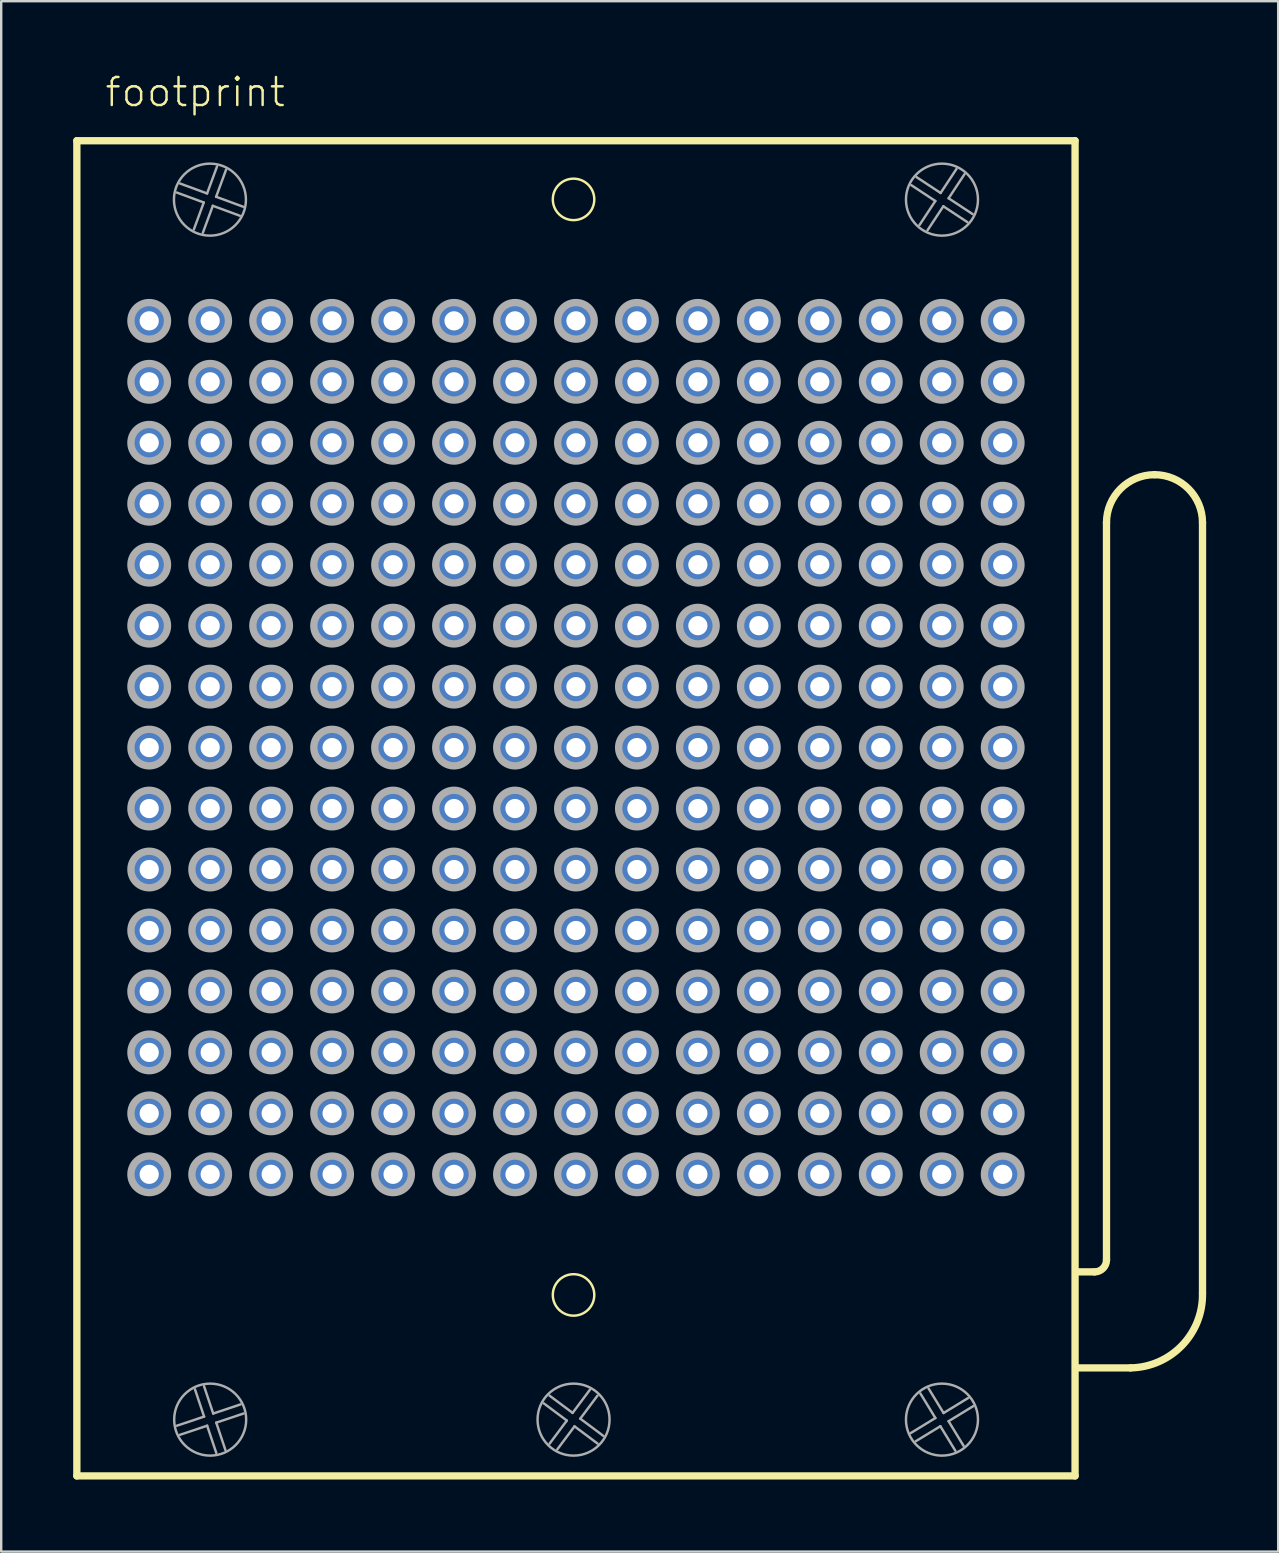
<source format=kicad_pcb>
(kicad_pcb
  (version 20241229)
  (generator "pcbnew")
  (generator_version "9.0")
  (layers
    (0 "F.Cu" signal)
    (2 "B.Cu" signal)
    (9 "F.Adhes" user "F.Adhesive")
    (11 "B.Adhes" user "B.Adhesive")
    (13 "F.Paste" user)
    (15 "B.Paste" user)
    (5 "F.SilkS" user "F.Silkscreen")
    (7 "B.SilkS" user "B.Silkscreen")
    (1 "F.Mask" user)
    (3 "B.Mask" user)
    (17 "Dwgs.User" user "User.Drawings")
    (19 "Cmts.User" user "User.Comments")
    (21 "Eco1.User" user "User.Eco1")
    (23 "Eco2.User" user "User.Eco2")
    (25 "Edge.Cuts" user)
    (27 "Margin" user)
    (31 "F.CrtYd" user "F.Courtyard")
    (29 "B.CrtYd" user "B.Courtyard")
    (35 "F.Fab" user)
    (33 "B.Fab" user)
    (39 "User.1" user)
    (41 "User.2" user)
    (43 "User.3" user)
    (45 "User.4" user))
  (footprint "footprint"
    (layer "F.Cu")
    (at 20.947 28.098)
    (property "Reference" "footprint" (at -19.685 -26.625 0) (layer "F.SilkS") (effects (font (size 1.168 1.168) (thickness 0.102)) (justify left bottom)))
    (fp_line (start -20.795 -25.285) (end 20.795 -25.285) (stroke (width 0.305) (type solid)) (layer "F.SilkS"))
    (fp_line (start -20.795 30.345) (end -20.795 -25.285) (stroke (width 0.305) (type solid)) (layer "F.SilkS"))
    (fp_line (start 20.795 -25.285) (end 20.795 30.345) (stroke (width 0.305) (type solid)) (layer "F.SilkS"))
    (fp_line (start 20.795 30.345) (end -20.795 30.345) (stroke (width 0.305) (type solid)) (layer "F.SilkS"))
    (fp_line (start 21.605 21.845) (end 20.841 21.845) (stroke (width 0.305) (type solid)) (layer "F.SilkS"))
    (fp_line (start 22.105 21.345) (end 22.105 -9.37) (stroke (width 0.305) (type solid)) (layer "F.SilkS"))
    (fp_line (start 23.105 25.845) (end 20.841 25.845) (stroke (width 0.305) (type solid)) (layer "F.SilkS"))
    (fp_line (start 26.105 -9.37) (end 26.105 22.74) (stroke (width 0.305) (type solid)) (layer "F.SilkS"))
    (fp_arc (start 22.105 -9.37) (mid 22.690786 -10.784214) (end 24.105 -11.37) (stroke (width 0.3048) (type solid)) (layer "F.SilkS"))
    (fp_arc (start 22.105 21.345) (mid 21.958553 21.698553) (end 21.605 21.845) (stroke (width 0.3048) (type solid)) (layer "F.SilkS"))
    (fp_arc (start 24.105 -11.37) (mid 25.519214 -10.784214) (end 26.105 -9.37) (stroke (width 0.3048) (type solid)) (layer "F.SilkS"))
    (fp_arc (start 26.105 22.74) (mid 25.248067 24.91382) (end 23.105 25.845) (stroke (width 0.3048) (type solid)) (layer "F.SilkS"))
    (fp_circle (center -0.1 -22.84) (end 0.764 -22.84) (stroke (width 0.102) (type solid)) (fill no) (layer "F.SilkS"))
    (fp_circle (center -0.1 22.805) (end 0.764 22.805) (stroke (width 0.102) (type solid)) (fill no) (layer "F.SilkS"))
    (fp_line (start -16.631 28.255) (end -15.493 27.874) (stroke (width 0.102) (type solid)) (layer "F.Fab"))
    (fp_line (start -16.495 -23.501) (end -15.369 -23.087) (stroke (width 0.102) (type solid)) (layer "F.Fab"))
    (fp_line (start -15.921 -21.585) (end -15.507 -22.711) (stroke (width 0.102) (type solid)) (layer "F.Fab"))
    (fp_line (start -15.507 -22.711) (end -16.633 -23.126) (stroke (width 0.102) (type solid)) (layer "F.Fab"))
    (fp_line (start -15.495 26.609) (end -15.114 27.747) (stroke (width 0.102) (type solid)) (layer "F.Fab"))
    (fp_line (start -15.493 27.874) (end -15.874 26.736) (stroke (width 0.102) (type solid)) (layer "F.Fab"))
    (fp_line (start -15.369 -23.087) (end -14.954 -24.213) (stroke (width 0.102) (type solid)) (layer "F.Fab"))
    (fp_line (start -15.366 28.253) (end -16.504 28.634) (stroke (width 0.102) (type solid)) (layer "F.Fab"))
    (fp_line (start -15.131 -22.573) (end -15.546 -21.447) (stroke (width 0.102) (type solid)) (layer "F.Fab"))
    (fp_line (start -15.114 27.747) (end -13.976 27.366) (stroke (width 0.102) (type solid)) (layer "F.Fab"))
    (fp_line (start -14.993 -22.949) (end -13.867 -22.534) (stroke (width 0.102) (type solid)) (layer "F.Fab"))
    (fp_line (start -14.987 28.126) (end -14.606 29.264) (stroke (width 0.102) (type solid)) (layer "F.Fab"))
    (fp_line (start -14.985 29.391) (end -15.366 28.253) (stroke (width 0.102) (type solid)) (layer "F.Fab"))
    (fp_line (start -14.579 -24.075) (end -14.993 -22.949) (stroke (width 0.102) (type solid)) (layer "F.Fab"))
    (fp_line (start -14.005 -22.159) (end -15.131 -22.573) (stroke (width 0.102) (type solid)) (layer "F.Fab"))
    (fp_line (start -13.849 27.745) (end -14.987 28.126) (stroke (width 0.102) (type solid)) (layer "F.Fab"))
    (fp_line (start -1.101 27.001) (end -0.14 27.72) (stroke (width 0.102) (type solid)) (layer "F.Fab"))
    (fp_line (start -1.099 29.001) (end -0.38 28.04) (stroke (width 0.102) (type solid)) (layer "F.Fab"))
    (fp_line (start -0.38 28.04) (end -1.341 27.322) (stroke (width 0.102) (type solid)) (layer "F.Fab"))
    (fp_line (start -0.14 27.72) (end 0.579 26.759) (stroke (width 0.102) (type solid)) (layer "F.Fab"))
    (fp_line (start -0.06 28.28) (end -0.778 29.241) (stroke (width 0.102) (type solid)) (layer "F.Fab"))
    (fp_line (start 0.18 27.96) (end 1.141 28.678) (stroke (width 0.102) (type solid)) (layer "F.Fab"))
    (fp_line (start 0.899 26.999) (end 0.18 27.96) (stroke (width 0.102) (type solid)) (layer "F.Fab"))
    (fp_line (start 0.901 28.999) (end -0.06 28.28) (stroke (width 0.102) (type solid)) (layer "F.Fab"))
    (fp_line (start 13.951 28.559) (end 14.975 27.933) (stroke (width 0.102) (type solid)) (layer "F.Fab"))
    (fp_line (start 14.191 -23.768) (end 15.193 -23.107) (stroke (width 0.102) (type solid)) (layer "F.Fab"))
    (fp_line (start 14.312 -21.771) (end 14.973 -22.773) (stroke (width 0.102) (type solid)) (layer "F.Fab"))
    (fp_line (start 14.691 26.701) (end 15.316 27.725) (stroke (width 0.102) (type solid)) (layer "F.Fab"))
    (fp_line (start 14.973 -22.773) (end 13.971 -23.434) (stroke (width 0.102) (type solid)) (layer "F.Fab"))
    (fp_line (start 14.975 27.933) (end 14.35 26.909) (stroke (width 0.102) (type solid)) (layer "F.Fab"))
    (fp_line (start 15.183 28.275) (end 14.159 28.9) (stroke (width 0.102) (type solid)) (layer "F.Fab"))
    (fp_line (start 15.193 -23.107) (end 15.854 -24.109) (stroke (width 0.102) (type solid)) (layer "F.Fab"))
    (fp_line (start 15.307 -22.553) (end 14.646 -21.551) (stroke (width 0.102) (type solid)) (layer "F.Fab"))
    (fp_line (start 15.316 27.725) (end 16.341 27.1) (stroke (width 0.102) (type solid)) (layer "F.Fab"))
    (fp_line (start 15.525 28.066) (end 16.15 29.091) (stroke (width 0.102) (type solid)) (layer "F.Fab"))
    (fp_line (start 15.527 -22.887) (end 16.529 -22.226) (stroke (width 0.102) (type solid)) (layer "F.Fab"))
    (fp_line (start 15.809 29.299) (end 15.183 28.275) (stroke (width 0.102) (type solid)) (layer "F.Fab"))
    (fp_line (start 16.188 -23.889) (end 15.527 -22.887) (stroke (width 0.102) (type solid)) (layer "F.Fab"))
    (fp_line (start 16.309 -21.892) (end 15.307 -22.553) (stroke (width 0.102) (type solid)) (layer "F.Fab"))
    (fp_line (start 16.549 27.441) (end 15.525 28.066) (stroke (width 0.102) (type solid)) (layer "F.Fab"))
    (fp_circle (center -17.78 -17.78) (end -17.018 -17.78) (stroke (width 0.305) (type solid)) (fill no) (layer "F.Fab"))
    (fp_circle (center -17.78 -15.24) (end -17.018 -15.24) (stroke (width 0.305) (type solid)) (fill no) (layer "F.Fab"))
    (fp_circle (center -17.78 -12.7) (end -17.018 -12.7) (stroke (width 0.305) (type solid)) (fill no) (layer "F.Fab"))
    (fp_circle (center -17.78 -10.16) (end -17.018 -10.16) (stroke (width 0.305) (type solid)) (fill no) (layer "F.Fab"))
    (fp_circle (center -17.78 -7.62) (end -17.018 -7.62) (stroke (width 0.305) (type solid)) (fill no) (layer "F.Fab"))
    (fp_circle (center -17.78 -5.08) (end -17.018 -5.08) (stroke (width 0.305) (type solid)) (fill no) (layer "F.Fab"))
    (fp_circle (center -17.78 -2.54) (end -17.018 -2.54) (stroke (width 0.305) (type solid)) (fill no) (layer "F.Fab"))
    (fp_circle (center -17.78 0) (end -17.018 0) (stroke (width 0.305) (type solid)) (fill no) (layer "F.Fab"))
    (fp_circle (center -17.78 2.54) (end -17.018 2.54) (stroke (width 0.305) (type solid)) (fill no) (layer "F.Fab"))
    (fp_circle (center -17.78 5.08) (end -17.018 5.08) (stroke (width 0.305) (type solid)) (fill no) (layer "F.Fab"))
    (fp_circle (center -17.78 7.62) (end -17.018 7.62) (stroke (width 0.305) (type solid)) (fill no) (layer "F.Fab"))
    (fp_circle (center -17.78 10.16) (end -17.018 10.16) (stroke (width 0.305) (type solid)) (fill no) (layer "F.Fab"))
    (fp_circle (center -17.78 12.7) (end -17.018 12.7) (stroke (width 0.305) (type solid)) (fill no) (layer "F.Fab"))
    (fp_circle (center -17.78 15.24) (end -17.018 15.24) (stroke (width 0.305) (type solid)) (fill no) (layer "F.Fab"))
    (fp_circle (center -17.78 17.78) (end -17.018 17.78) (stroke (width 0.305) (type solid)) (fill no) (layer "F.Fab"))
    (fp_circle (center -15.25 -22.83) (end -13.75 -22.83) (stroke (width 0.102) (type solid)) (fill no) (layer "F.Fab"))
    (fp_circle (center -15.24 -17.78) (end -14.478 -17.78) (stroke (width 0.305) (type solid)) (fill no) (layer "F.Fab"))
    (fp_circle (center -15.24 -15.24) (end -14.478 -15.24) (stroke (width 0.305) (type solid)) (fill no) (layer "F.Fab"))
    (fp_circle (center -15.24 -12.7) (end -14.478 -12.7) (stroke (width 0.305) (type solid)) (fill no) (layer "F.Fab"))
    (fp_circle (center -15.24 -10.16) (end -14.478 -10.16) (stroke (width 0.305) (type solid)) (fill no) (layer "F.Fab"))
    (fp_circle (center -15.24 -7.62) (end -14.478 -7.62) (stroke (width 0.305) (type solid)) (fill no) (layer "F.Fab"))
    (fp_circle (center -15.24 -5.08) (end -14.478 -5.08) (stroke (width 0.305) (type solid)) (fill no) (layer "F.Fab"))
    (fp_circle (center -15.24 -2.54) (end -14.478 -2.54) (stroke (width 0.305) (type solid)) (fill no) (layer "F.Fab"))
    (fp_circle (center -15.24 0) (end -14.478 0) (stroke (width 0.305) (type solid)) (fill no) (layer "F.Fab"))
    (fp_circle (center -15.24 2.54) (end -14.478 2.54) (stroke (width 0.305) (type solid)) (fill no) (layer "F.Fab"))
    (fp_circle (center -15.24 5.08) (end -14.478 5.08) (stroke (width 0.305) (type solid)) (fill no) (layer "F.Fab"))
    (fp_circle (center -15.24 7.62) (end -14.478 7.62) (stroke (width 0.305) (type solid)) (fill no) (layer "F.Fab"))
    (fp_circle (center -15.24 10.16) (end -14.478 10.16) (stroke (width 0.305) (type solid)) (fill no) (layer "F.Fab"))
    (fp_circle (center -15.24 12.7) (end -14.478 12.7) (stroke (width 0.305) (type solid)) (fill no) (layer "F.Fab"))
    (fp_circle (center -15.24 15.24) (end -14.478 15.24) (stroke (width 0.305) (type solid)) (fill no) (layer "F.Fab"))
    (fp_circle (center -15.24 17.78) (end -14.478 17.78) (stroke (width 0.305) (type solid)) (fill no) (layer "F.Fab"))
    (fp_circle (center -15.24 28) (end -13.74 28) (stroke (width 0.102) (type solid)) (fill no) (layer "F.Fab"))
    (fp_circle (center -12.7 -17.78) (end -11.938 -17.78) (stroke (width 0.305) (type solid)) (fill no) (layer "F.Fab"))
    (fp_circle (center -12.7 -15.24) (end -11.938 -15.24) (stroke (width 0.305) (type solid)) (fill no) (layer "F.Fab"))
    (fp_circle (center -12.7 -12.7) (end -11.938 -12.7) (stroke (width 0.305) (type solid)) (fill no) (layer "F.Fab"))
    (fp_circle (center -12.7 -10.16) (end -11.938 -10.16) (stroke (width 0.305) (type solid)) (fill no) (layer "F.Fab"))
    (fp_circle (center -12.7 -7.62) (end -11.938 -7.62) (stroke (width 0.305) (type solid)) (fill no) (layer "F.Fab"))
    (fp_circle (center -12.7 -5.08) (end -11.938 -5.08) (stroke (width 0.305) (type solid)) (fill no) (layer "F.Fab"))
    (fp_circle (center -12.7 -2.54) (end -11.938 -2.54) (stroke (width 0.305) (type solid)) (fill no) (layer "F.Fab"))
    (fp_circle (center -12.7 0) (end -11.938 0) (stroke (width 0.305) (type solid)) (fill no) (layer "F.Fab"))
    (fp_circle (center -12.7 2.54) (end -11.938 2.54) (stroke (width 0.305) (type solid)) (fill no) (layer "F.Fab"))
    (fp_circle (center -12.7 5.08) (end -11.938 5.08) (stroke (width 0.305) (type solid)) (fill no) (layer "F.Fab"))
    (fp_circle (center -12.7 7.62) (end -11.938 7.62) (stroke (width 0.305) (type solid)) (fill no) (layer "F.Fab"))
    (fp_circle (center -12.7 10.16) (end -11.938 10.16) (stroke (width 0.305) (type solid)) (fill no) (layer "F.Fab"))
    (fp_circle (center -12.7 12.7) (end -11.938 12.7) (stroke (width 0.305) (type solid)) (fill no) (layer "F.Fab"))
    (fp_circle (center -12.7 15.24) (end -11.938 15.24) (stroke (width 0.305) (type solid)) (fill no) (layer "F.Fab"))
    (fp_circle (center -12.7 17.78) (end -11.938 17.78) (stroke (width 0.305) (type solid)) (fill no) (layer "F.Fab"))
    (fp_circle (center -10.16 -17.78) (end -9.398 -17.78) (stroke (width 0.305) (type solid)) (fill no) (layer "F.Fab"))
    (fp_circle (center -10.16 -15.24) (end -9.398 -15.24) (stroke (width 0.305) (type solid)) (fill no) (layer "F.Fab"))
    (fp_circle (center -10.16 -12.7) (end -9.398 -12.7) (stroke (width 0.305) (type solid)) (fill no) (layer "F.Fab"))
    (fp_circle (center -10.16 -10.16) (end -9.398 -10.16) (stroke (width 0.305) (type solid)) (fill no) (layer "F.Fab"))
    (fp_circle (center -10.16 -7.62) (end -9.398 -7.62) (stroke (width 0.305) (type solid)) (fill no) (layer "F.Fab"))
    (fp_circle (center -10.16 -5.08) (end -9.398 -5.08) (stroke (width 0.305) (type solid)) (fill no) (layer "F.Fab"))
    (fp_circle (center -10.16 -2.54) (end -9.398 -2.54) (stroke (width 0.305) (type solid)) (fill no) (layer "F.Fab"))
    (fp_circle (center -10.16 0) (end -9.398 0) (stroke (width 0.305) (type solid)) (fill no) (layer "F.Fab"))
    (fp_circle (center -10.16 2.54) (end -9.398 2.54) (stroke (width 0.305) (type solid)) (fill no) (layer "F.Fab"))
    (fp_circle (center -10.16 5.08) (end -9.398 5.08) (stroke (width 0.305) (type solid)) (fill no) (layer "F.Fab"))
    (fp_circle (center -10.16 7.62) (end -9.398 7.62) (stroke (width 0.305) (type solid)) (fill no) (layer "F.Fab"))
    (fp_circle (center -10.16 10.16) (end -9.398 10.16) (stroke (width 0.305) (type solid)) (fill no) (layer "F.Fab"))
    (fp_circle (center -10.16 12.7) (end -9.398 12.7) (stroke (width 0.305) (type solid)) (fill no) (layer "F.Fab"))
    (fp_circle (center -10.16 15.24) (end -9.398 15.24) (stroke (width 0.305) (type solid)) (fill no) (layer "F.Fab"))
    (fp_circle (center -10.16 17.78) (end -9.398 17.78) (stroke (width 0.305) (type solid)) (fill no) (layer "F.Fab"))
    (fp_circle (center -7.62 -17.78) (end -6.858 -17.78) (stroke (width 0.305) (type solid)) (fill no) (layer "F.Fab"))
    (fp_circle (center -7.62 -15.24) (end -6.858 -15.24) (stroke (width 0.305) (type solid)) (fill no) (layer "F.Fab"))
    (fp_circle (center -7.62 -12.7) (end -6.858 -12.7) (stroke (width 0.305) (type solid)) (fill no) (layer "F.Fab"))
    (fp_circle (center -7.62 -10.16) (end -6.858 -10.16) (stroke (width 0.305) (type solid)) (fill no) (layer "F.Fab"))
    (fp_circle (center -7.62 -7.62) (end -6.858 -7.62) (stroke (width 0.305) (type solid)) (fill no) (layer "F.Fab"))
    (fp_circle (center -7.62 -5.08) (end -6.858 -5.08) (stroke (width 0.305) (type solid)) (fill no) (layer "F.Fab"))
    (fp_circle (center -7.62 -2.54) (end -6.858 -2.54) (stroke (width 0.305) (type solid)) (fill no) (layer "F.Fab"))
    (fp_circle (center -7.62 0) (end -6.858 0) (stroke (width 0.305) (type solid)) (fill no) (layer "F.Fab"))
    (fp_circle (center -7.62 2.54) (end -6.858 2.54) (stroke (width 0.305) (type solid)) (fill no) (layer "F.Fab"))
    (fp_circle (center -7.62 5.08) (end -6.858 5.08) (stroke (width 0.305) (type solid)) (fill no) (layer "F.Fab"))
    (fp_circle (center -7.62 7.62) (end -6.858 7.62) (stroke (width 0.305) (type solid)) (fill no) (layer "F.Fab"))
    (fp_circle (center -7.62 10.16) (end -6.858 10.16) (stroke (width 0.305) (type solid)) (fill no) (layer "F.Fab"))
    (fp_circle (center -7.62 12.7) (end -6.858 12.7) (stroke (width 0.305) (type solid)) (fill no) (layer "F.Fab"))
    (fp_circle (center -7.62 15.24) (end -6.858 15.24) (stroke (width 0.305) (type solid)) (fill no) (layer "F.Fab"))
    (fp_circle (center -7.62 17.78) (end -6.858 17.78) (stroke (width 0.305) (type solid)) (fill no) (layer "F.Fab"))
    (fp_circle (center -5.08 -17.78) (end -4.318 -17.78) (stroke (width 0.305) (type solid)) (fill no) (layer "F.Fab"))
    (fp_circle (center -5.08 -15.24) (end -4.318 -15.24) (stroke (width 0.305) (type solid)) (fill no) (layer "F.Fab"))
    (fp_circle (center -5.08 -12.7) (end -4.318 -12.7) (stroke (width 0.305) (type solid)) (fill no) (layer "F.Fab"))
    (fp_circle (center -5.08 -10.16) (end -4.318 -10.16) (stroke (width 0.305) (type solid)) (fill no) (layer "F.Fab"))
    (fp_circle (center -5.08 -7.62) (end -4.318 -7.62) (stroke (width 0.305) (type solid)) (fill no) (layer "F.Fab"))
    (fp_circle (center -5.08 -5.08) (end -4.318 -5.08) (stroke (width 0.305) (type solid)) (fill no) (layer "F.Fab"))
    (fp_circle (center -5.08 -2.54) (end -4.318 -2.54) (stroke (width 0.305) (type solid)) (fill no) (layer "F.Fab"))
    (fp_circle (center -5.08 0) (end -4.318 0) (stroke (width 0.305) (type solid)) (fill no) (layer "F.Fab"))
    (fp_circle (center -5.08 2.54) (end -4.318 2.54) (stroke (width 0.305) (type solid)) (fill no) (layer "F.Fab"))
    (fp_circle (center -5.08 5.08) (end -4.318 5.08) (stroke (width 0.305) (type solid)) (fill no) (layer "F.Fab"))
    (fp_circle (center -5.08 7.62) (end -4.318 7.62) (stroke (width 0.305) (type solid)) (fill no) (layer "F.Fab"))
    (fp_circle (center -5.08 10.16) (end -4.318 10.16) (stroke (width 0.305) (type solid)) (fill no) (layer "F.Fab"))
    (fp_circle (center -5.08 12.7) (end -4.318 12.7) (stroke (width 0.305) (type solid)) (fill no) (layer "F.Fab"))
    (fp_circle (center -5.08 15.24) (end -4.318 15.24) (stroke (width 0.305) (type solid)) (fill no) (layer "F.Fab"))
    (fp_circle (center -5.08 17.78) (end -4.318 17.78) (stroke (width 0.305) (type solid)) (fill no) (layer "F.Fab"))
    (fp_circle (center -2.54 -17.78) (end -1.778 -17.78) (stroke (width 0.305) (type solid)) (fill no) (layer "F.Fab"))
    (fp_circle (center -2.54 -15.24) (end -1.778 -15.24) (stroke (width 0.305) (type solid)) (fill no) (layer "F.Fab"))
    (fp_circle (center -2.54 -12.7) (end -1.778 -12.7) (stroke (width 0.305) (type solid)) (fill no) (layer "F.Fab"))
    (fp_circle (center -2.54 -10.16) (end -1.778 -10.16) (stroke (width 0.305) (type solid)) (fill no) (layer "F.Fab"))
    (fp_circle (center -2.54 -7.62) (end -1.778 -7.62) (stroke (width 0.305) (type solid)) (fill no) (layer "F.Fab"))
    (fp_circle (center -2.54 -5.08) (end -1.778 -5.08) (stroke (width 0.305) (type solid)) (fill no) (layer "F.Fab"))
    (fp_circle (center -2.54 -2.54) (end -1.778 -2.54) (stroke (width 0.305) (type solid)) (fill no) (layer "F.Fab"))
    (fp_circle (center -2.54 0) (end -1.778 0) (stroke (width 0.305) (type solid)) (fill no) (layer "F.Fab"))
    (fp_circle (center -2.54 2.54) (end -1.778 2.54) (stroke (width 0.305) (type solid)) (fill no) (layer "F.Fab"))
    (fp_circle (center -2.54 5.08) (end -1.778 5.08) (stroke (width 0.305) (type solid)) (fill no) (layer "F.Fab"))
    (fp_circle (center -2.54 7.62) (end -1.778 7.62) (stroke (width 0.305) (type solid)) (fill no) (layer "F.Fab"))
    (fp_circle (center -2.54 10.16) (end -1.778 10.16) (stroke (width 0.305) (type solid)) (fill no) (layer "F.Fab"))
    (fp_circle (center -2.54 12.7) (end -1.778 12.7) (stroke (width 0.305) (type solid)) (fill no) (layer "F.Fab"))
    (fp_circle (center -2.54 15.24) (end -1.778 15.24) (stroke (width 0.305) (type solid)) (fill no) (layer "F.Fab"))
    (fp_circle (center -2.54 17.78) (end -1.778 17.78) (stroke (width 0.305) (type solid)) (fill no) (layer "F.Fab"))
    (fp_circle (center -0.1 28) (end 1.4 28) (stroke (width 0.102) (type solid)) (fill no) (layer "F.Fab"))
    (fp_circle (center 0 -17.78) (end 0.762 -17.78) (stroke (width 0.305) (type solid)) (fill no) (layer "F.Fab"))
    (fp_circle (center 0 -15.24) (end 0.762 -15.24) (stroke (width 0.305) (type solid)) (fill no) (layer "F.Fab"))
    (fp_circle (center 0 -12.7) (end 0.762 -12.7) (stroke (width 0.305) (type solid)) (fill no) (layer "F.Fab"))
    (fp_circle (center 0 -10.16) (end 0.762 -10.16) (stroke (width 0.305) (type solid)) (fill no) (layer "F.Fab"))
    (fp_circle (center 0 -7.62) (end 0.762 -7.62) (stroke (width 0.305) (type solid)) (fill no) (layer "F.Fab"))
    (fp_circle (center 0 -5.08) (end 0.762 -5.08) (stroke (width 0.305) (type solid)) (fill no) (layer "F.Fab"))
    (fp_circle (center 0 -2.54) (end 0.762 -2.54) (stroke (width 0.305) (type solid)) (fill no) (layer "F.Fab"))
    (fp_circle (center 0 0) (end 0.762 0) (stroke (width 0.305) (type solid)) (fill no) (layer "F.Fab"))
    (fp_circle (center 0 2.54) (end 0.762 2.54) (stroke (width 0.305) (type solid)) (fill no) (layer "F.Fab"))
    (fp_circle (center 0 5.08) (end 0.762 5.08) (stroke (width 0.305) (type solid)) (fill no) (layer "F.Fab"))
    (fp_circle (center 0 7.62) (end 0.762 7.62) (stroke (width 0.305) (type solid)) (fill no) (layer "F.Fab"))
    (fp_circle (center 0 10.16) (end 0.762 10.16) (stroke (width 0.305) (type solid)) (fill no) (layer "F.Fab"))
    (fp_circle (center 0 12.7) (end 0.762 12.7) (stroke (width 0.305) (type solid)) (fill no) (layer "F.Fab"))
    (fp_circle (center 0 15.24) (end 0.762 15.24) (stroke (width 0.305) (type solid)) (fill no) (layer "F.Fab"))
    (fp_circle (center 0 17.78) (end 0.762 17.78) (stroke (width 0.305) (type solid)) (fill no) (layer "F.Fab"))
    (fp_circle (center 2.54 -17.78) (end 3.302 -17.78) (stroke (width 0.305) (type solid)) (fill no) (layer "F.Fab"))
    (fp_circle (center 2.54 -15.24) (end 3.302 -15.24) (stroke (width 0.305) (type solid)) (fill no) (layer "F.Fab"))
    (fp_circle (center 2.54 -12.7) (end 3.302 -12.7) (stroke (width 0.305) (type solid)) (fill no) (layer "F.Fab"))
    (fp_circle (center 2.54 -10.16) (end 3.302 -10.16) (stroke (width 0.305) (type solid)) (fill no) (layer "F.Fab"))
    (fp_circle (center 2.54 -7.62) (end 3.302 -7.62) (stroke (width 0.305) (type solid)) (fill no) (layer "F.Fab"))
    (fp_circle (center 2.54 -5.08) (end 3.302 -5.08) (stroke (width 0.305) (type solid)) (fill no) (layer "F.Fab"))
    (fp_circle (center 2.54 -2.54) (end 3.302 -2.54) (stroke (width 0.305) (type solid)) (fill no) (layer "F.Fab"))
    (fp_circle (center 2.54 0) (end 3.302 0) (stroke (width 0.305) (type solid)) (fill no) (layer "F.Fab"))
    (fp_circle (center 2.54 2.54) (end 3.302 2.54) (stroke (width 0.305) (type solid)) (fill no) (layer "F.Fab"))
    (fp_circle (center 2.54 5.08) (end 3.302 5.08) (stroke (width 0.305) (type solid)) (fill no) (layer "F.Fab"))
    (fp_circle (center 2.54 7.62) (end 3.302 7.62) (stroke (width 0.305) (type solid)) (fill no) (layer "F.Fab"))
    (fp_circle (center 2.54 10.16) (end 3.302 10.16) (stroke (width 0.305) (type solid)) (fill no) (layer "F.Fab"))
    (fp_circle (center 2.54 12.7) (end 3.302 12.7) (stroke (width 0.305) (type solid)) (fill no) (layer "F.Fab"))
    (fp_circle (center 2.54 15.24) (end 3.302 15.24) (stroke (width 0.305) (type solid)) (fill no) (layer "F.Fab"))
    (fp_circle (center 2.54 17.78) (end 3.302 17.78) (stroke (width 0.305) (type solid)) (fill no) (layer "F.Fab"))
    (fp_circle (center 5.08 -17.78) (end 5.842 -17.78) (stroke (width 0.305) (type solid)) (fill no) (layer "F.Fab"))
    (fp_circle (center 5.08 -15.24) (end 5.842 -15.24) (stroke (width 0.305) (type solid)) (fill no) (layer "F.Fab"))
    (fp_circle (center 5.08 -12.7) (end 5.842 -12.7) (stroke (width 0.305) (type solid)) (fill no) (layer "F.Fab"))
    (fp_circle (center 5.08 -10.16) (end 5.842 -10.16) (stroke (width 0.305) (type solid)) (fill no) (layer "F.Fab"))
    (fp_circle (center 5.08 -7.62) (end 5.842 -7.62) (stroke (width 0.305) (type solid)) (fill no) (layer "F.Fab"))
    (fp_circle (center 5.08 -5.08) (end 5.842 -5.08) (stroke (width 0.305) (type solid)) (fill no) (layer "F.Fab"))
    (fp_circle (center 5.08 -2.54) (end 5.842 -2.54) (stroke (width 0.305) (type solid)) (fill no) (layer "F.Fab"))
    (fp_circle (center 5.08 0) (end 5.842 0) (stroke (width 0.305) (type solid)) (fill no) (layer "F.Fab"))
    (fp_circle (center 5.08 2.54) (end 5.842 2.54) (stroke (width 0.305) (type solid)) (fill no) (layer "F.Fab"))
    (fp_circle (center 5.08 5.08) (end 5.842 5.08) (stroke (width 0.305) (type solid)) (fill no) (layer "F.Fab"))
    (fp_circle (center 5.08 7.62) (end 5.842 7.62) (stroke (width 0.305) (type solid)) (fill no) (layer "F.Fab"))
    (fp_circle (center 5.08 10.16) (end 5.842 10.16) (stroke (width 0.305) (type solid)) (fill no) (layer "F.Fab"))
    (fp_circle (center 5.08 12.7) (end 5.842 12.7) (stroke (width 0.305) (type solid)) (fill no) (layer "F.Fab"))
    (fp_circle (center 5.08 15.24) (end 5.842 15.24) (stroke (width 0.305) (type solid)) (fill no) (layer "F.Fab"))
    (fp_circle (center 5.08 17.78) (end 5.842 17.78) (stroke (width 0.305) (type solid)) (fill no) (layer "F.Fab"))
    (fp_circle (center 7.62 -17.78) (end 8.382 -17.78) (stroke (width 0.305) (type solid)) (fill no) (layer "F.Fab"))
    (fp_circle (center 7.62 -15.24) (end 8.382 -15.24) (stroke (width 0.305) (type solid)) (fill no) (layer "F.Fab"))
    (fp_circle (center 7.62 -12.7) (end 8.382 -12.7) (stroke (width 0.305) (type solid)) (fill no) (layer "F.Fab"))
    (fp_circle (center 7.62 -10.16) (end 8.382 -10.16) (stroke (width 0.305) (type solid)) (fill no) (layer "F.Fab"))
    (fp_circle (center 7.62 -7.62) (end 8.382 -7.62) (stroke (width 0.305) (type solid)) (fill no) (layer "F.Fab"))
    (fp_circle (center 7.62 -5.08) (end 8.382 -5.08) (stroke (width 0.305) (type solid)) (fill no) (layer "F.Fab"))
    (fp_circle (center 7.62 -2.54) (end 8.382 -2.54) (stroke (width 0.305) (type solid)) (fill no) (layer "F.Fab"))
    (fp_circle (center 7.62 0) (end 8.382 0) (stroke (width 0.305) (type solid)) (fill no) (layer "F.Fab"))
    (fp_circle (center 7.62 2.54) (end 8.382 2.54) (stroke (width 0.305) (type solid)) (fill no) (layer "F.Fab"))
    (fp_circle (center 7.62 5.08) (end 8.382 5.08) (stroke (width 0.305) (type solid)) (fill no) (layer "F.Fab"))
    (fp_circle (center 7.62 7.62) (end 8.382 7.62) (stroke (width 0.305) (type solid)) (fill no) (layer "F.Fab"))
    (fp_circle (center 7.62 10.16) (end 8.382 10.16) (stroke (width 0.305) (type solid)) (fill no) (layer "F.Fab"))
    (fp_circle (center 7.62 12.7) (end 8.382 12.7) (stroke (width 0.305) (type solid)) (fill no) (layer "F.Fab"))
    (fp_circle (center 7.62 15.24) (end 8.382 15.24) (stroke (width 0.305) (type solid)) (fill no) (layer "F.Fab"))
    (fp_circle (center 7.62 17.78) (end 8.382 17.78) (stroke (width 0.305) (type solid)) (fill no) (layer "F.Fab"))
    (fp_circle (center 10.16 -17.78) (end 10.922 -17.78) (stroke (width 0.305) (type solid)) (fill no) (layer "F.Fab"))
    (fp_circle (center 10.16 -15.24) (end 10.922 -15.24) (stroke (width 0.305) (type solid)) (fill no) (layer "F.Fab"))
    (fp_circle (center 10.16 -12.7) (end 10.922 -12.7) (stroke (width 0.305) (type solid)) (fill no) (layer "F.Fab"))
    (fp_circle (center 10.16 -10.16) (end 10.922 -10.16) (stroke (width 0.305) (type solid)) (fill no) (layer "F.Fab"))
    (fp_circle (center 10.16 -7.62) (end 10.922 -7.62) (stroke (width 0.305) (type solid)) (fill no) (layer "F.Fab"))
    (fp_circle (center 10.16 -5.08) (end 10.922 -5.08) (stroke (width 0.305) (type solid)) (fill no) (layer "F.Fab"))
    (fp_circle (center 10.16 -2.54) (end 10.922 -2.54) (stroke (width 0.305) (type solid)) (fill no) (layer "F.Fab"))
    (fp_circle (center 10.16 0) (end 10.922 0) (stroke (width 0.305) (type solid)) (fill no) (layer "F.Fab"))
    (fp_circle (center 10.16 2.54) (end 10.922 2.54) (stroke (width 0.305) (type solid)) (fill no) (layer "F.Fab"))
    (fp_circle (center 10.16 5.08) (end 10.922 5.08) (stroke (width 0.305) (type solid)) (fill no) (layer "F.Fab"))
    (fp_circle (center 10.16 7.62) (end 10.922 7.62) (stroke (width 0.305) (type solid)) (fill no) (layer "F.Fab"))
    (fp_circle (center 10.16 10.16) (end 10.922 10.16) (stroke (width 0.305) (type solid)) (fill no) (layer "F.Fab"))
    (fp_circle (center 10.16 12.7) (end 10.922 12.7) (stroke (width 0.305) (type solid)) (fill no) (layer "F.Fab"))
    (fp_circle (center 10.16 15.24) (end 10.922 15.24) (stroke (width 0.305) (type solid)) (fill no) (layer "F.Fab"))
    (fp_circle (center 10.16 17.78) (end 10.922 17.78) (stroke (width 0.305) (type solid)) (fill no) (layer "F.Fab"))
    (fp_circle (center 12.7 -17.78) (end 13.462 -17.78) (stroke (width 0.305) (type solid)) (fill no) (layer "F.Fab"))
    (fp_circle (center 12.7 -15.24) (end 13.462 -15.24) (stroke (width 0.305) (type solid)) (fill no) (layer "F.Fab"))
    (fp_circle (center 12.7 -12.7) (end 13.462 -12.7) (stroke (width 0.305) (type solid)) (fill no) (layer "F.Fab"))
    (fp_circle (center 12.7 -10.16) (end 13.462 -10.16) (stroke (width 0.305) (type solid)) (fill no) (layer "F.Fab"))
    (fp_circle (center 12.7 -7.62) (end 13.462 -7.62) (stroke (width 0.305) (type solid)) (fill no) (layer "F.Fab"))
    (fp_circle (center 12.7 -5.08) (end 13.462 -5.08) (stroke (width 0.305) (type solid)) (fill no) (layer "F.Fab"))
    (fp_circle (center 12.7 -2.54) (end 13.462 -2.54) (stroke (width 0.305) (type solid)) (fill no) (layer "F.Fab"))
    (fp_circle (center 12.7 0) (end 13.462 0) (stroke (width 0.305) (type solid)) (fill no) (layer "F.Fab"))
    (fp_circle (center 12.7 2.54) (end 13.462 2.54) (stroke (width 0.305) (type solid)) (fill no) (layer "F.Fab"))
    (fp_circle (center 12.7 5.08) (end 13.462 5.08) (stroke (width 0.305) (type solid)) (fill no) (layer "F.Fab"))
    (fp_circle (center 12.7 7.62) (end 13.462 7.62) (stroke (width 0.305) (type solid)) (fill no) (layer "F.Fab"))
    (fp_circle (center 12.7 10.16) (end 13.462 10.16) (stroke (width 0.305) (type solid)) (fill no) (layer "F.Fab"))
    (fp_circle (center 12.7 12.7) (end 13.462 12.7) (stroke (width 0.305) (type solid)) (fill no) (layer "F.Fab"))
    (fp_circle (center 12.7 15.24) (end 13.462 15.24) (stroke (width 0.305) (type solid)) (fill no) (layer "F.Fab"))
    (fp_circle (center 12.7 17.78) (end 13.462 17.78) (stroke (width 0.305) (type solid)) (fill no) (layer "F.Fab"))
    (fp_circle (center 15.24 -17.78) (end 16.002 -17.78) (stroke (width 0.305) (type solid)) (fill no) (layer "F.Fab"))
    (fp_circle (center 15.24 -15.24) (end 16.002 -15.24) (stroke (width 0.305) (type solid)) (fill no) (layer "F.Fab"))
    (fp_circle (center 15.24 -12.7) (end 16.002 -12.7) (stroke (width 0.305) (type solid)) (fill no) (layer "F.Fab"))
    (fp_circle (center 15.24 -10.16) (end 16.002 -10.16) (stroke (width 0.305) (type solid)) (fill no) (layer "F.Fab"))
    (fp_circle (center 15.24 -7.62) (end 16.002 -7.62) (stroke (width 0.305) (type solid)) (fill no) (layer "F.Fab"))
    (fp_circle (center 15.24 -5.08) (end 16.002 -5.08) (stroke (width 0.305) (type solid)) (fill no) (layer "F.Fab"))
    (fp_circle (center 15.24 -2.54) (end 16.002 -2.54) (stroke (width 0.305) (type solid)) (fill no) (layer "F.Fab"))
    (fp_circle (center 15.24 0) (end 16.002 0) (stroke (width 0.305) (type solid)) (fill no) (layer "F.Fab"))
    (fp_circle (center 15.24 2.54) (end 16.002 2.54) (stroke (width 0.305) (type solid)) (fill no) (layer "F.Fab"))
    (fp_circle (center 15.24 5.08) (end 16.002 5.08) (stroke (width 0.305) (type solid)) (fill no) (layer "F.Fab"))
    (fp_circle (center 15.24 7.62) (end 16.002 7.62) (stroke (width 0.305) (type solid)) (fill no) (layer "F.Fab"))
    (fp_circle (center 15.24 10.16) (end 16.002 10.16) (stroke (width 0.305) (type solid)) (fill no) (layer "F.Fab"))
    (fp_circle (center 15.24 12.7) (end 16.002 12.7) (stroke (width 0.305) (type solid)) (fill no) (layer "F.Fab"))
    (fp_circle (center 15.24 15.24) (end 16.002 15.24) (stroke (width 0.305) (type solid)) (fill no) (layer "F.Fab"))
    (fp_circle (center 15.24 17.78) (end 16.002 17.78) (stroke (width 0.305) (type solid)) (fill no) (layer "F.Fab"))
    (fp_circle (center 15.25 -22.83) (end 16.75 -22.83) (stroke (width 0.102) (type solid)) (fill no) (layer "F.Fab"))
    (fp_circle (center 15.25 28) (end 16.75 28) (stroke (width 0.102) (type solid)) (fill no) (layer "F.Fab"))
    (fp_circle (center 17.78 -17.78) (end 18.542 -17.78) (stroke (width 0.305) (type solid)) (fill no) (layer "F.Fab"))
    (fp_circle (center 17.78 -15.24) (end 18.542 -15.24) (stroke (width 0.305) (type solid)) (fill no) (layer "F.Fab"))
    (fp_circle (center 17.78 -12.7) (end 18.542 -12.7) (stroke (width 0.305) (type solid)) (fill no) (layer "F.Fab"))
    (fp_circle (center 17.78 -10.16) (end 18.542 -10.16) (stroke (width 0.305) (type solid)) (fill no) (layer "F.Fab"))
    (fp_circle (center 17.78 -7.62) (end 18.542 -7.62) (stroke (width 0.305) (type solid)) (fill no) (layer "F.Fab"))
    (fp_circle (center 17.78 -5.08) (end 18.542 -5.08) (stroke (width 0.305) (type solid)) (fill no) (layer "F.Fab"))
    (fp_circle (center 17.78 -2.54) (end 18.542 -2.54) (stroke (width 0.305) (type solid)) (fill no) (layer "F.Fab"))
    (fp_circle (center 17.78 0) (end 18.542 0) (stroke (width 0.305) (type solid)) (fill no) (layer "F.Fab"))
    (fp_circle (center 17.78 2.54) (end 18.542 2.54) (stroke (width 0.305) (type solid)) (fill no) (layer "F.Fab"))
    (fp_circle (center 17.78 5.08) (end 18.542 5.08) (stroke (width 0.305) (type solid)) (fill no) (layer "F.Fab"))
    (fp_circle (center 17.78 7.62) (end 18.542 7.62) (stroke (width 0.305) (type solid)) (fill no) (layer "F.Fab"))
    (fp_circle (center 17.78 10.16) (end 18.542 10.16) (stroke (width 0.305) (type solid)) (fill no) (layer "F.Fab"))
    (fp_circle (center 17.78 12.7) (end 18.542 12.7) (stroke (width 0.305) (type solid)) (fill no) (layer "F.Fab"))
    (fp_circle (center 17.78 15.24) (end 18.542 15.24) (stroke (width 0.305) (type solid)) (fill no) (layer "F.Fab"))
    (fp_circle (center 17.78 17.78) (end 18.542 17.78) (stroke (width 0.305) (type solid)) (fill no) (layer "F.Fab"))
    (pad "A1" thru_hole circle (at -17.78 -17.78) (size 1.4 1.4) (drill 0.8) (layers "*.Cu" "*.Mask"))
    (pad "A2" thru_hole circle (at -15.24 -17.78) (size 1.4 1.4) (drill 0.8) (layers "*.Cu" "*.Mask"))
    (pad "A3" thru_hole circle (at -12.7 -17.78) (size 1.4 1.4) (drill 0.8) (layers "*.Cu" "*.Mask"))
    (pad "A4" thru_hole circle (at -10.16 -17.78) (size 1.4 1.4) (drill 0.8) (layers "*.Cu" "*.Mask"))
    (pad "A5" thru_hole circle (at -7.62 -17.78) (size 1.4 1.4) (drill 0.8) (layers "*.Cu" "*.Mask"))
    (pad "A6" thru_hole circle (at -5.08 -17.78) (size 1.4 1.4) (drill 0.8) (layers "*.Cu" "*.Mask"))
    (pad "A7" thru_hole circle (at -2.54 -17.78) (size 1.4 1.4) (drill 0.8) (layers "*.Cu" "*.Mask"))
    (pad "A8" thru_hole circle (at 0 -17.78) (size 1.4 1.4) (drill 0.8) (layers "*.Cu" "*.Mask"))
    (pad "A9" thru_hole circle (at 2.54 -17.78) (size 1.4 1.4) (drill 0.8) (layers "*.Cu" "*.Mask"))
    (pad "A10" thru_hole circle (at 5.08 -17.78) (size 1.4 1.4) (drill 0.8) (layers "*.Cu" "*.Mask"))
    (pad "A11" thru_hole circle (at 7.62 -17.78) (size 1.4 1.4) (drill 0.8) (layers "*.Cu" "*.Mask"))
    (pad "A12" thru_hole circle (at 10.16 -17.78) (size 1.4 1.4) (drill 0.8) (layers "*.Cu" "*.Mask"))
    (pad "A13" thru_hole circle (at 12.7 -17.78) (size 1.4 1.4) (drill 0.8) (layers "*.Cu" "*.Mask"))
    (pad "A14" thru_hole circle (at 15.24 -17.78) (size 1.4 1.4) (drill 0.8) (layers "*.Cu" "*.Mask"))
    (pad "A15" thru_hole circle (at 17.78 -17.78) (size 1.4 1.4) (drill 0.8) (layers "*.Cu" "*.Mask"))
    (pad "B1" thru_hole circle (at -17.78 -15.24) (size 1.4 1.4) (drill 0.8) (layers "*.Cu" "*.Mask"))
    (pad "B2" thru_hole circle (at -15.24 -15.24) (size 1.4 1.4) (drill 0.8) (layers "*.Cu" "*.Mask"))
    (pad "B3" thru_hole circle (at -12.7 -15.24) (size 1.4 1.4) (drill 0.8) (layers "*.Cu" "*.Mask"))
    (pad "B4" thru_hole circle (at -10.16 -15.24) (size 1.4 1.4) (drill 0.8) (layers "*.Cu" "*.Mask"))
    (pad "B5" thru_hole circle (at -7.62 -15.24) (size 1.4 1.4) (drill 0.8) (layers "*.Cu" "*.Mask"))
    (pad "B6" thru_hole circle (at -5.08 -15.24) (size 1.4 1.4) (drill 0.8) (layers "*.Cu" "*.Mask"))
    (pad "B7" thru_hole circle (at -2.54 -15.24) (size 1.4 1.4) (drill 0.8) (layers "*.Cu" "*.Mask"))
    (pad "B8" thru_hole circle (at 0 -15.24) (size 1.4 1.4) (drill 0.8) (layers "*.Cu" "*.Mask"))
    (pad "B9" thru_hole circle (at 2.54 -15.24) (size 1.4 1.4) (drill 0.8) (layers "*.Cu" "*.Mask"))
    (pad "B10" thru_hole circle (at 5.08 -15.24) (size 1.4 1.4) (drill 0.8) (layers "*.Cu" "*.Mask"))
    (pad "B11" thru_hole circle (at 7.62 -15.24) (size 1.4 1.4) (drill 0.8) (layers "*.Cu" "*.Mask"))
    (pad "B12" thru_hole circle (at 10.16 -15.24) (size 1.4 1.4) (drill 0.8) (layers "*.Cu" "*.Mask"))
    (pad "B13" thru_hole circle (at 12.7 -15.24) (size 1.4 1.4) (drill 0.8) (layers "*.Cu" "*.Mask"))
    (pad "B14" thru_hole circle (at 15.24 -15.24) (size 1.4 1.4) (drill 0.8) (layers "*.Cu" "*.Mask"))
    (pad "B15" thru_hole circle (at 17.78 -15.24) (size 1.4 1.4) (drill 0.8) (layers "*.Cu" "*.Mask"))
    (pad "C1" thru_hole circle (at -17.78 -12.7) (size 1.4 1.4) (drill 0.8) (layers "*.Cu" "*.Mask"))
    (pad "C2" thru_hole circle (at -15.24 -12.7) (size 1.4 1.4) (drill 0.8) (layers "*.Cu" "*.Mask"))
    (pad "C3" thru_hole circle (at -12.7 -12.7) (size 1.4 1.4) (drill 0.8) (layers "*.Cu" "*.Mask"))
    (pad "C4" thru_hole circle (at -10.16 -12.7) (size 1.4 1.4) (drill 0.8) (layers "*.Cu" "*.Mask"))
    (pad "C5" thru_hole circle (at -7.62 -12.7) (size 1.4 1.4) (drill 0.8) (layers "*.Cu" "*.Mask"))
    (pad "C6" thru_hole circle (at -5.08 -12.7) (size 1.4 1.4) (drill 0.8) (layers "*.Cu" "*.Mask"))
    (pad "C7" thru_hole circle (at -2.54 -12.7) (size 1.4 1.4) (drill 0.8) (layers "*.Cu" "*.Mask"))
    (pad "C8" thru_hole circle (at 0 -12.7) (size 1.4 1.4) (drill 0.8) (layers "*.Cu" "*.Mask"))
    (pad "C9" thru_hole circle (at 2.54 -12.7) (size 1.4 1.4) (drill 0.8) (layers "*.Cu" "*.Mask"))
    (pad "C10" thru_hole circle (at 5.08 -12.7) (size 1.4 1.4) (drill 0.8) (layers "*.Cu" "*.Mask"))
    (pad "C11" thru_hole circle (at 7.62 -12.7) (size 1.4 1.4) (drill 0.8) (layers "*.Cu" "*.Mask"))
    (pad "C12" thru_hole circle (at 10.16 -12.7) (size 1.4 1.4) (drill 0.8) (layers "*.Cu" "*.Mask"))
    (pad "C13" thru_hole circle (at 12.7 -12.7) (size 1.4 1.4) (drill 0.8) (layers "*.Cu" "*.Mask"))
    (pad "C14" thru_hole circle (at 15.24 -12.7) (size 1.4 1.4) (drill 0.8) (layers "*.Cu" "*.Mask"))
    (pad "C15" thru_hole circle (at 17.78 -12.7) (size 1.4 1.4) (drill 0.8) (layers "*.Cu" "*.Mask"))
    (pad "D1" thru_hole circle (at -17.78 -10.16) (size 1.4 1.4) (drill 0.8) (layers "*.Cu" "*.Mask"))
    (pad "D2" thru_hole circle (at -15.24 -10.16) (size 1.4 1.4) (drill 0.8) (layers "*.Cu" "*.Mask"))
    (pad "D3" thru_hole circle (at -12.7 -10.16) (size 1.4 1.4) (drill 0.8) (layers "*.Cu" "*.Mask"))
    (pad "D4" thru_hole circle (at -10.16 -10.16) (size 1.4 1.4) (drill 0.8) (layers "*.Cu" "*.Mask"))
    (pad "D5" thru_hole circle (at -7.62 -10.16) (size 1.4 1.4) (drill 0.8) (layers "*.Cu" "*.Mask"))
    (pad "D6" thru_hole circle (at -5.08 -10.16) (size 1.4 1.4) (drill 0.8) (layers "*.Cu" "*.Mask"))
    (pad "D7" thru_hole circle (at -2.54 -10.16) (size 1.4 1.4) (drill 0.8) (layers "*.Cu" "*.Mask"))
    (pad "D8" thru_hole circle (at 0 -10.16) (size 1.4 1.4) (drill 0.8) (layers "*.Cu" "*.Mask"))
    (pad "D9" thru_hole circle (at 2.54 -10.16) (size 1.4 1.4) (drill 0.8) (layers "*.Cu" "*.Mask"))
    (pad "D10" thru_hole circle (at 5.08 -10.16) (size 1.4 1.4) (drill 0.8) (layers "*.Cu" "*.Mask"))
    (pad "D11" thru_hole circle (at 7.62 -10.16) (size 1.4 1.4) (drill 0.8) (layers "*.Cu" "*.Mask"))
    (pad "D12" thru_hole circle (at 10.16 -10.16) (size 1.4 1.4) (drill 0.8) (layers "*.Cu" "*.Mask"))
    (pad "D13" thru_hole circle (at 12.7 -10.16) (size 1.4 1.4) (drill 0.8) (layers "*.Cu" "*.Mask"))
    (pad "D14" thru_hole circle (at 15.24 -10.16) (size 1.4 1.4) (drill 0.8) (layers "*.Cu" "*.Mask"))
    (pad "D15" thru_hole circle (at 17.78 -10.16) (size 1.4 1.4) (drill 0.8) (layers "*.Cu" "*.Mask"))
    (pad "E1" thru_hole circle (at -17.78 -7.62) (size 1.4 1.4) (drill 0.8) (layers "*.Cu" "*.Mask"))
    (pad "E2" thru_hole circle (at -15.24 -7.62) (size 1.4 1.4) (drill 0.8) (layers "*.Cu" "*.Mask"))
    (pad "E3" thru_hole circle (at -12.7 -7.62) (size 1.4 1.4) (drill 0.8) (layers "*.Cu" "*.Mask"))
    (pad "E4" thru_hole circle (at -10.16 -7.62) (size 1.4 1.4) (drill 0.8) (layers "*.Cu" "*.Mask"))
    (pad "E5" thru_hole circle (at -7.62 -7.62) (size 1.4 1.4) (drill 0.8) (layers "*.Cu" "*.Mask"))
    (pad "E6" thru_hole circle (at -5.08 -7.62) (size 1.4 1.4) (drill 0.8) (layers "*.Cu" "*.Mask"))
    (pad "E7" thru_hole circle (at -2.54 -7.62) (size 1.4 1.4) (drill 0.8) (layers "*.Cu" "*.Mask"))
    (pad "E8" thru_hole circle (at 0 -7.62) (size 1.4 1.4) (drill 0.8) (layers "*.Cu" "*.Mask"))
    (pad "E9" thru_hole circle (at 2.54 -7.62) (size 1.4 1.4) (drill 0.8) (layers "*.Cu" "*.Mask"))
    (pad "E10" thru_hole circle (at 5.08 -7.62) (size 1.4 1.4) (drill 0.8) (layers "*.Cu" "*.Mask"))
    (pad "E11" thru_hole circle (at 7.62 -7.62) (size 1.4 1.4) (drill 0.8) (layers "*.Cu" "*.Mask"))
    (pad "E12" thru_hole circle (at 10.16 -7.62) (size 1.4 1.4) (drill 0.8) (layers "*.Cu" "*.Mask"))
    (pad "E13" thru_hole circle (at 12.7 -7.62) (size 1.4 1.4) (drill 0.8) (layers "*.Cu" "*.Mask"))
    (pad "E14" thru_hole circle (at 15.24 -7.62) (size 1.4 1.4) (drill 0.8) (layers "*.Cu" "*.Mask"))
    (pad "E15" thru_hole circle (at 17.78 -7.62) (size 1.4 1.4) (drill 0.8) (layers "*.Cu" "*.Mask"))
    (pad "F1" thru_hole circle (at -17.78 -5.08) (size 1.4 1.4) (drill 0.8) (layers "*.Cu" "*.Mask"))
    (pad "F2" thru_hole circle (at -15.24 -5.08) (size 1.4 1.4) (drill 0.8) (layers "*.Cu" "*.Mask"))
    (pad "F3" thru_hole circle (at -12.7 -5.08) (size 1.4 1.4) (drill 0.8) (layers "*.Cu" "*.Mask"))
    (pad "F4" thru_hole circle (at -10.16 -5.08) (size 1.4 1.4) (drill 0.8) (layers "*.Cu" "*.Mask"))
    (pad "F5" thru_hole circle (at -7.62 -5.08) (size 1.4 1.4) (drill 0.8) (layers "*.Cu" "*.Mask"))
    (pad "F6" thru_hole circle (at -5.08 -5.08) (size 1.4 1.4) (drill 0.8) (layers "*.Cu" "*.Mask"))
    (pad "F7" thru_hole circle (at -2.54 -5.08) (size 1.4 1.4) (drill 0.8) (layers "*.Cu" "*.Mask"))
    (pad "F8" thru_hole circle (at 0 -5.08) (size 1.4 1.4) (drill 0.8) (layers "*.Cu" "*.Mask"))
    (pad "F9" thru_hole circle (at 2.54 -5.08) (size 1.4 1.4) (drill 0.8) (layers "*.Cu" "*.Mask"))
    (pad "F10" thru_hole circle (at 5.08 -5.08) (size 1.4 1.4) (drill 0.8) (layers "*.Cu" "*.Mask"))
    (pad "F11" thru_hole circle (at 7.62 -5.08) (size 1.4 1.4) (drill 0.8) (layers "*.Cu" "*.Mask"))
    (pad "F12" thru_hole circle (at 10.16 -5.08) (size 1.4 1.4) (drill 0.8) (layers "*.Cu" "*.Mask"))
    (pad "F13" thru_hole circle (at 12.7 -5.08) (size 1.4 1.4) (drill 0.8) (layers "*.Cu" "*.Mask"))
    (pad "F14" thru_hole circle (at 15.24 -5.08) (size 1.4 1.4) (drill 0.8) (layers "*.Cu" "*.Mask"))
    (pad "F15" thru_hole circle (at 17.78 -5.08) (size 1.4 1.4) (drill 0.8) (layers "*.Cu" "*.Mask"))
    (pad "G1" thru_hole circle (at -17.78 -2.54) (size 1.4 1.4) (drill 0.8) (layers "*.Cu" "*.Mask"))
    (pad "G2" thru_hole circle (at -15.24 -2.54) (size 1.4 1.4) (drill 0.8) (layers "*.Cu" "*.Mask"))
    (pad "G3" thru_hole circle (at -12.7 -2.54) (size 1.4 1.4) (drill 0.8) (layers "*.Cu" "*.Mask"))
    (pad "G4" thru_hole circle (at -10.16 -2.54) (size 1.4 1.4) (drill 0.8) (layers "*.Cu" "*.Mask"))
    (pad "G5" thru_hole circle (at -7.62 -2.54) (size 1.4 1.4) (drill 0.8) (layers "*.Cu" "*.Mask"))
    (pad "G6" thru_hole circle (at -5.08 -2.54) (size 1.4 1.4) (drill 0.8) (layers "*.Cu" "*.Mask"))
    (pad "G7" thru_hole circle (at -2.54 -2.54) (size 1.4 1.4) (drill 0.8) (layers "*.Cu" "*.Mask"))
    (pad "G8" thru_hole circle (at 0 -2.54) (size 1.4 1.4) (drill 0.8) (layers "*.Cu" "*.Mask"))
    (pad "G9" thru_hole circle (at 2.54 -2.54) (size 1.4 1.4) (drill 0.8) (layers "*.Cu" "*.Mask"))
    (pad "G10" thru_hole circle (at 5.08 -2.54) (size 1.4 1.4) (drill 0.8) (layers "*.Cu" "*.Mask"))
    (pad "G11" thru_hole circle (at 7.62 -2.54) (size 1.4 1.4) (drill 0.8) (layers "*.Cu" "*.Mask"))
    (pad "G12" thru_hole circle (at 10.16 -2.54) (size 1.4 1.4) (drill 0.8) (layers "*.Cu" "*.Mask"))
    (pad "G13" thru_hole circle (at 12.7 -2.54) (size 1.4 1.4) (drill 0.8) (layers "*.Cu" "*.Mask"))
    (pad "G14" thru_hole circle (at 15.24 -2.54) (size 1.4 1.4) (drill 0.8) (layers "*.Cu" "*.Mask"))
    (pad "G15" thru_hole circle (at 17.78 -2.54) (size 1.4 1.4) (drill 0.8) (layers "*.Cu" "*.Mask"))
    (pad "H1" thru_hole circle (at -17.78 0) (size 1.4 1.4) (drill 0.8) (layers "*.Cu" "*.Mask"))
    (pad "H2" thru_hole circle (at -15.24 0) (size 1.4 1.4) (drill 0.8) (layers "*.Cu" "*.Mask"))
    (pad "H3" thru_hole circle (at -12.7 0) (size 1.4 1.4) (drill 0.8) (layers "*.Cu" "*.Mask"))
    (pad "H4" thru_hole circle (at -10.16 0) (size 1.4 1.4) (drill 0.8) (layers "*.Cu" "*.Mask"))
    (pad "H5" thru_hole circle (at -7.62 0) (size 1.4 1.4) (drill 0.8) (layers "*.Cu" "*.Mask"))
    (pad "H6" thru_hole circle (at -5.08 0) (size 1.4 1.4) (drill 0.8) (layers "*.Cu" "*.Mask"))
    (pad "H7" thru_hole circle (at -2.54 0) (size 1.4 1.4) (drill 0.8) (layers "*.Cu" "*.Mask"))
    (pad "H8" thru_hole circle (at 0 0) (size 1.4 1.4) (drill 0.8) (layers "*.Cu" "*.Mask"))
    (pad "H9" thru_hole circle (at 2.54 0) (size 1.4 1.4) (drill 0.8) (layers "*.Cu" "*.Mask"))
    (pad "H10" thru_hole circle (at 5.08 0) (size 1.4 1.4) (drill 0.8) (layers "*.Cu" "*.Mask"))
    (pad "H11" thru_hole circle (at 7.62 0) (size 1.4 1.4) (drill 0.8) (layers "*.Cu" "*.Mask"))
    (pad "H12" thru_hole circle (at 10.16 0) (size 1.4 1.4) (drill 0.8) (layers "*.Cu" "*.Mask"))
    (pad "H13" thru_hole circle (at 12.7 0) (size 1.4 1.4) (drill 0.8) (layers "*.Cu" "*.Mask"))
    (pad "H14" thru_hole circle (at 15.24 0) (size 1.4 1.4) (drill 0.8) (layers "*.Cu" "*.Mask"))
    (pad "H15" thru_hole circle (at 17.78 0) (size 1.4 1.4) (drill 0.8) (layers "*.Cu" "*.Mask"))
    (pad "J1" thru_hole circle (at -17.78 2.54) (size 1.4 1.4) (drill 0.8) (layers "*.Cu" "*.Mask"))
    (pad "J2" thru_hole circle (at -15.24 2.54) (size 1.4 1.4) (drill 0.8) (layers "*.Cu" "*.Mask"))
    (pad "J3" thru_hole circle (at -12.7 2.54) (size 1.4 1.4) (drill 0.8) (layers "*.Cu" "*.Mask"))
    (pad "J4" thru_hole circle (at -10.16 2.54) (size 1.4 1.4) (drill 0.8) (layers "*.Cu" "*.Mask"))
    (pad "J5" thru_hole circle (at -7.62 2.54) (size 1.4 1.4) (drill 0.8) (layers "*.Cu" "*.Mask"))
    (pad "J6" thru_hole circle (at -5.08 2.54) (size 1.4 1.4) (drill 0.8) (layers "*.Cu" "*.Mask"))
    (pad "J7" thru_hole circle (at -2.54 2.54) (size 1.4 1.4) (drill 0.8) (layers "*.Cu" "*.Mask"))
    (pad "J8" thru_hole circle (at 0 2.54) (size 1.4 1.4) (drill 0.8) (layers "*.Cu" "*.Mask"))
    (pad "J9" thru_hole circle (at 2.54 2.54) (size 1.4 1.4) (drill 0.8) (layers "*.Cu" "*.Mask"))
    (pad "J10" thru_hole circle (at 5.08 2.54) (size 1.4 1.4) (drill 0.8) (layers "*.Cu" "*.Mask"))
    (pad "J11" thru_hole circle (at 7.62 2.54) (size 1.4 1.4) (drill 0.8) (layers "*.Cu" "*.Mask"))
    (pad "J12" thru_hole circle (at 10.16 2.54) (size 1.4 1.4) (drill 0.8) (layers "*.Cu" "*.Mask"))
    (pad "J13" thru_hole circle (at 12.7 2.54) (size 1.4 1.4) (drill 0.8) (layers "*.Cu" "*.Mask"))
    (pad "J14" thru_hole circle (at 15.24 2.54) (size 1.4 1.4) (drill 0.8) (layers "*.Cu" "*.Mask"))
    (pad "J15" thru_hole circle (at 17.78 2.54) (size 1.4 1.4) (drill 0.8) (layers "*.Cu" "*.Mask"))
    (pad "K1" thru_hole circle (at -17.78 5.08) (size 1.4 1.4) (drill 0.8) (layers "*.Cu" "*.Mask"))
    (pad "K2" thru_hole circle (at -15.24 5.08) (size 1.4 1.4) (drill 0.8) (layers "*.Cu" "*.Mask"))
    (pad "K3" thru_hole circle (at -12.7 5.08) (size 1.4 1.4) (drill 0.8) (layers "*.Cu" "*.Mask"))
    (pad "K4" thru_hole circle (at -10.16 5.08) (size 1.4 1.4) (drill 0.8) (layers "*.Cu" "*.Mask"))
    (pad "K5" thru_hole circle (at -7.62 5.08) (size 1.4 1.4) (drill 0.8) (layers "*.Cu" "*.Mask"))
    (pad "K6" thru_hole circle (at -5.08 5.08) (size 1.4 1.4) (drill 0.8) (layers "*.Cu" "*.Mask"))
    (pad "K7" thru_hole circle (at -2.54 5.08) (size 1.4 1.4) (drill 0.8) (layers "*.Cu" "*.Mask"))
    (pad "K8" thru_hole circle (at 0 5.08) (size 1.4 1.4) (drill 0.8) (layers "*.Cu" "*.Mask"))
    (pad "K9" thru_hole circle (at 2.54 5.08) (size 1.4 1.4) (drill 0.8) (layers "*.Cu" "*.Mask"))
    (pad "K10" thru_hole circle (at 5.08 5.08) (size 1.4 1.4) (drill 0.8) (layers "*.Cu" "*.Mask"))
    (pad "K11" thru_hole circle (at 7.62 5.08) (size 1.4 1.4) (drill 0.8) (layers "*.Cu" "*.Mask"))
    (pad "K12" thru_hole circle (at 10.16 5.08) (size 1.4 1.4) (drill 0.8) (layers "*.Cu" "*.Mask"))
    (pad "K13" thru_hole circle (at 12.7 5.08) (size 1.4 1.4) (drill 0.8) (layers "*.Cu" "*.Mask"))
    (pad "K14" thru_hole circle (at 15.24 5.08) (size 1.4 1.4) (drill 0.8) (layers "*.Cu" "*.Mask"))
    (pad "K15" thru_hole circle (at 17.78 5.08) (size 1.4 1.4) (drill 0.8) (layers "*.Cu" "*.Mask"))
    (pad "L1" thru_hole circle (at -17.78 7.62) (size 1.4 1.4) (drill 0.8) (layers "*.Cu" "*.Mask"))
    (pad "L2" thru_hole circle (at -15.24 7.62) (size 1.4 1.4) (drill 0.8) (layers "*.Cu" "*.Mask"))
    (pad "L3" thru_hole circle (at -12.7 7.62) (size 1.4 1.4) (drill 0.8) (layers "*.Cu" "*.Mask"))
    (pad "L4" thru_hole circle (at -10.16 7.62) (size 1.4 1.4) (drill 0.8) (layers "*.Cu" "*.Mask"))
    (pad "L5" thru_hole circle (at -7.62 7.62) (size 1.4 1.4) (drill 0.8) (layers "*.Cu" "*.Mask"))
    (pad "L6" thru_hole circle (at -5.08 7.62) (size 1.4 1.4) (drill 0.8) (layers "*.Cu" "*.Mask"))
    (pad "L7" thru_hole circle (at -2.54 7.62) (size 1.4 1.4) (drill 0.8) (layers "*.Cu" "*.Mask"))
    (pad "L8" thru_hole circle (at 0 7.62) (size 1.4 1.4) (drill 0.8) (layers "*.Cu" "*.Mask"))
    (pad "L9" thru_hole circle (at 2.54 7.62) (size 1.4 1.4) (drill 0.8) (layers "*.Cu" "*.Mask"))
    (pad "L10" thru_hole circle (at 5.08 7.62) (size 1.4 1.4) (drill 0.8) (layers "*.Cu" "*.Mask"))
    (pad "L11" thru_hole circle (at 7.62 7.62) (size 1.4 1.4) (drill 0.8) (layers "*.Cu" "*.Mask"))
    (pad "L12" thru_hole circle (at 10.16 7.62) (size 1.4 1.4) (drill 0.8) (layers "*.Cu" "*.Mask"))
    (pad "L13" thru_hole circle (at 12.7 7.62) (size 1.4 1.4) (drill 0.8) (layers "*.Cu" "*.Mask"))
    (pad "L14" thru_hole circle (at 15.24 7.62) (size 1.4 1.4) (drill 0.8) (layers "*.Cu" "*.Mask"))
    (pad "L15" thru_hole circle (at 17.78 7.62) (size 1.4 1.4) (drill 0.8) (layers "*.Cu" "*.Mask"))
    (pad "M1" thru_hole circle (at -17.78 10.16) (size 1.4 1.4) (drill 0.8) (layers "*.Cu" "*.Mask"))
    (pad "M2" thru_hole circle (at -15.24 10.16) (size 1.4 1.4) (drill 0.8) (layers "*.Cu" "*.Mask"))
    (pad "M3" thru_hole circle (at -12.7 10.16) (size 1.4 1.4) (drill 0.8) (layers "*.Cu" "*.Mask"))
    (pad "M4" thru_hole circle (at -10.16 10.16) (size 1.4 1.4) (drill 0.8) (layers "*.Cu" "*.Mask"))
    (pad "M5" thru_hole circle (at -7.62 10.16) (size 1.4 1.4) (drill 0.8) (layers "*.Cu" "*.Mask"))
    (pad "M6" thru_hole circle (at -5.08 10.16) (size 1.4 1.4) (drill 0.8) (layers "*.Cu" "*.Mask"))
    (pad "M7" thru_hole circle (at -2.54 10.16) (size 1.4 1.4) (drill 0.8) (layers "*.Cu" "*.Mask"))
    (pad "M8" thru_hole circle (at 0 10.16) (size 1.4 1.4) (drill 0.8) (layers "*.Cu" "*.Mask"))
    (pad "M9" thru_hole circle (at 2.54 10.16) (size 1.4 1.4) (drill 0.8) (layers "*.Cu" "*.Mask"))
    (pad "M10" thru_hole circle (at 5.08 10.16) (size 1.4 1.4) (drill 0.8) (layers "*.Cu" "*.Mask"))
    (pad "M11" thru_hole circle (at 7.62 10.16) (size 1.4 1.4) (drill 0.8) (layers "*.Cu" "*.Mask"))
    (pad "M12" thru_hole circle (at 10.16 10.16) (size 1.4 1.4) (drill 0.8) (layers "*.Cu" "*.Mask"))
    (pad "M13" thru_hole circle (at 12.7 10.16) (size 1.4 1.4) (drill 0.8) (layers "*.Cu" "*.Mask"))
    (pad "M14" thru_hole circle (at 15.24 10.16) (size 1.4 1.4) (drill 0.8) (layers "*.Cu" "*.Mask"))
    (pad "M15" thru_hole circle (at 17.78 10.16) (size 1.4 1.4) (drill 0.8) (layers "*.Cu" "*.Mask"))
    (pad "N1" thru_hole circle (at -17.78 12.7) (size 1.4 1.4) (drill 0.8) (layers "*.Cu" "*.Mask"))
    (pad "N2" thru_hole circle (at -15.24 12.7) (size 1.4 1.4) (drill 0.8) (layers "*.Cu" "*.Mask"))
    (pad "N3" thru_hole circle (at -12.7 12.7) (size 1.4 1.4) (drill 0.8) (layers "*.Cu" "*.Mask"))
    (pad "N4" thru_hole circle (at -10.16 12.7) (size 1.4 1.4) (drill 0.8) (layers "*.Cu" "*.Mask"))
    (pad "N5" thru_hole circle (at -7.62 12.7) (size 1.4 1.4) (drill 0.8) (layers "*.Cu" "*.Mask"))
    (pad "N6" thru_hole circle (at -5.08 12.7) (size 1.4 1.4) (drill 0.8) (layers "*.Cu" "*.Mask"))
    (pad "N7" thru_hole circle (at -2.54 12.7) (size 1.4 1.4) (drill 0.8) (layers "*.Cu" "*.Mask"))
    (pad "N8" thru_hole circle (at 0 12.7) (size 1.4 1.4) (drill 0.8) (layers "*.Cu" "*.Mask"))
    (pad "N9" thru_hole circle (at 2.54 12.7) (size 1.4 1.4) (drill 0.8) (layers "*.Cu" "*.Mask"))
    (pad "N10" thru_hole circle (at 5.08 12.7) (size 1.4 1.4) (drill 0.8) (layers "*.Cu" "*.Mask"))
    (pad "N11" thru_hole circle (at 7.62 12.7) (size 1.4 1.4) (drill 0.8) (layers "*.Cu" "*.Mask"))
    (pad "N12" thru_hole circle (at 10.16 12.7) (size 1.4 1.4) (drill 0.8) (layers "*.Cu" "*.Mask"))
    (pad "N13" thru_hole circle (at 12.7 12.7) (size 1.4 1.4) (drill 0.8) (layers "*.Cu" "*.Mask"))
    (pad "N14" thru_hole circle (at 15.24 12.7) (size 1.4 1.4) (drill 0.8) (layers "*.Cu" "*.Mask"))
    (pad "N15" thru_hole circle (at 17.78 12.7) (size 1.4 1.4) (drill 0.8) (layers "*.Cu" "*.Mask"))
    (pad "P1" thru_hole circle (at -17.78 15.24) (size 1.4 1.4) (drill 0.8) (layers "*.Cu" "*.Mask"))
    (pad "P2" thru_hole circle (at -15.24 15.24) (size 1.4 1.4) (drill 0.8) (layers "*.Cu" "*.Mask"))
    (pad "P3" thru_hole circle (at -12.7 15.24) (size 1.4 1.4) (drill 0.8) (layers "*.Cu" "*.Mask"))
    (pad "P4" thru_hole circle (at -10.16 15.24) (size 1.4 1.4) (drill 0.8) (layers "*.Cu" "*.Mask"))
    (pad "P5" thru_hole circle (at -7.62 15.24) (size 1.4 1.4) (drill 0.8) (layers "*.Cu" "*.Mask"))
    (pad "P6" thru_hole circle (at -5.08 15.24) (size 1.4 1.4) (drill 0.8) (layers "*.Cu" "*.Mask"))
    (pad "P7" thru_hole circle (at -2.54 15.24) (size 1.4 1.4) (drill 0.8) (layers "*.Cu" "*.Mask"))
    (pad "P8" thru_hole circle (at 0 15.24) (size 1.4 1.4) (drill 0.8) (layers "*.Cu" "*.Mask"))
    (pad "P9" thru_hole circle (at 2.54 15.24) (size 1.4 1.4) (drill 0.8) (layers "*.Cu" "*.Mask"))
    (pad "P10" thru_hole circle (at 5.08 15.24) (size 1.4 1.4) (drill 0.8) (layers "*.Cu" "*.Mask"))
    (pad "P11" thru_hole circle (at 7.62 15.24) (size 1.4 1.4) (drill 0.8) (layers "*.Cu" "*.Mask"))
    (pad "P12" thru_hole circle (at 10.16 15.24) (size 1.4 1.4) (drill 0.8) (layers "*.Cu" "*.Mask"))
    (pad "P13" thru_hole circle (at 12.7 15.24) (size 1.4 1.4) (drill 0.8) (layers "*.Cu" "*.Mask"))
    (pad "P14" thru_hole circle (at 15.24 15.24) (size 1.4 1.4) (drill 0.8) (layers "*.Cu" "*.Mask"))
    (pad "P15" thru_hole circle (at 17.78 15.24) (size 1.4 1.4) (drill 0.8) (layers "*.Cu" "*.Mask"))
    (pad "Q1" thru_hole circle (at -17.78 17.78) (size 1.4 1.4) (drill 0.8) (layers "*.Cu" "*.Mask"))
    (pad "Q2" thru_hole circle (at -15.24 17.78) (size 1.4 1.4) (drill 0.8) (layers "*.Cu" "*.Mask"))
    (pad "Q3" thru_hole circle (at -12.7 17.78) (size 1.4 1.4) (drill 0.8) (layers "*.Cu" "*.Mask"))
    (pad "Q4" thru_hole circle (at -10.16 17.78) (size 1.4 1.4) (drill 0.8) (layers "*.Cu" "*.Mask"))
    (pad "Q5" thru_hole circle (at -7.62 17.78) (size 1.4 1.4) (drill 0.8) (layers "*.Cu" "*.Mask"))
    (pad "Q6" thru_hole circle (at -5.08 17.78) (size 1.4 1.4) (drill 0.8) (layers "*.Cu" "*.Mask"))
    (pad "Q7" thru_hole circle (at -2.54 17.78) (size 1.4 1.4) (drill 0.8) (layers "*.Cu" "*.Mask"))
    (pad "Q8" thru_hole circle (at 0 17.78) (size 1.4 1.4) (drill 0.8) (layers "*.Cu" "*.Mask"))
    (pad "Q9" thru_hole circle (at 2.54 17.78) (size 1.4 1.4) (drill 0.8) (layers "*.Cu" "*.Mask"))
    (pad "Q10" thru_hole circle (at 5.08 17.78) (size 1.4 1.4) (drill 0.8) (layers "*.Cu" "*.Mask"))
    (pad "Q11" thru_hole circle (at 7.62 17.78) (size 1.4 1.4) (drill 0.8) (layers "*.Cu" "*.Mask"))
    (pad "Q12" thru_hole circle (at 10.16 17.78) (size 1.4 1.4) (drill 0.8) (layers "*.Cu" "*.Mask"))
    (pad "Q13" thru_hole circle (at 12.7 17.78) (size 1.4 1.4) (drill 0.8) (layers "*.Cu" "*.Mask"))
    (pad "Q14" thru_hole circle (at 15.24 17.78) (size 1.4 1.4) (drill 0.8) (layers "*.Cu" "*.Mask"))
    (pad "Q15" thru_hole circle (at 17.78 17.78) (size 1.4 1.4) (drill 0.8) (layers "*.Cu" "*.Mask")))
  (gr_rect
    (start -3 -3)
    (end 50.205 61.596)
    (stroke (width 0.1) (type default))
    (fill no)
    (layer "Edge.Cuts")))
</source>
